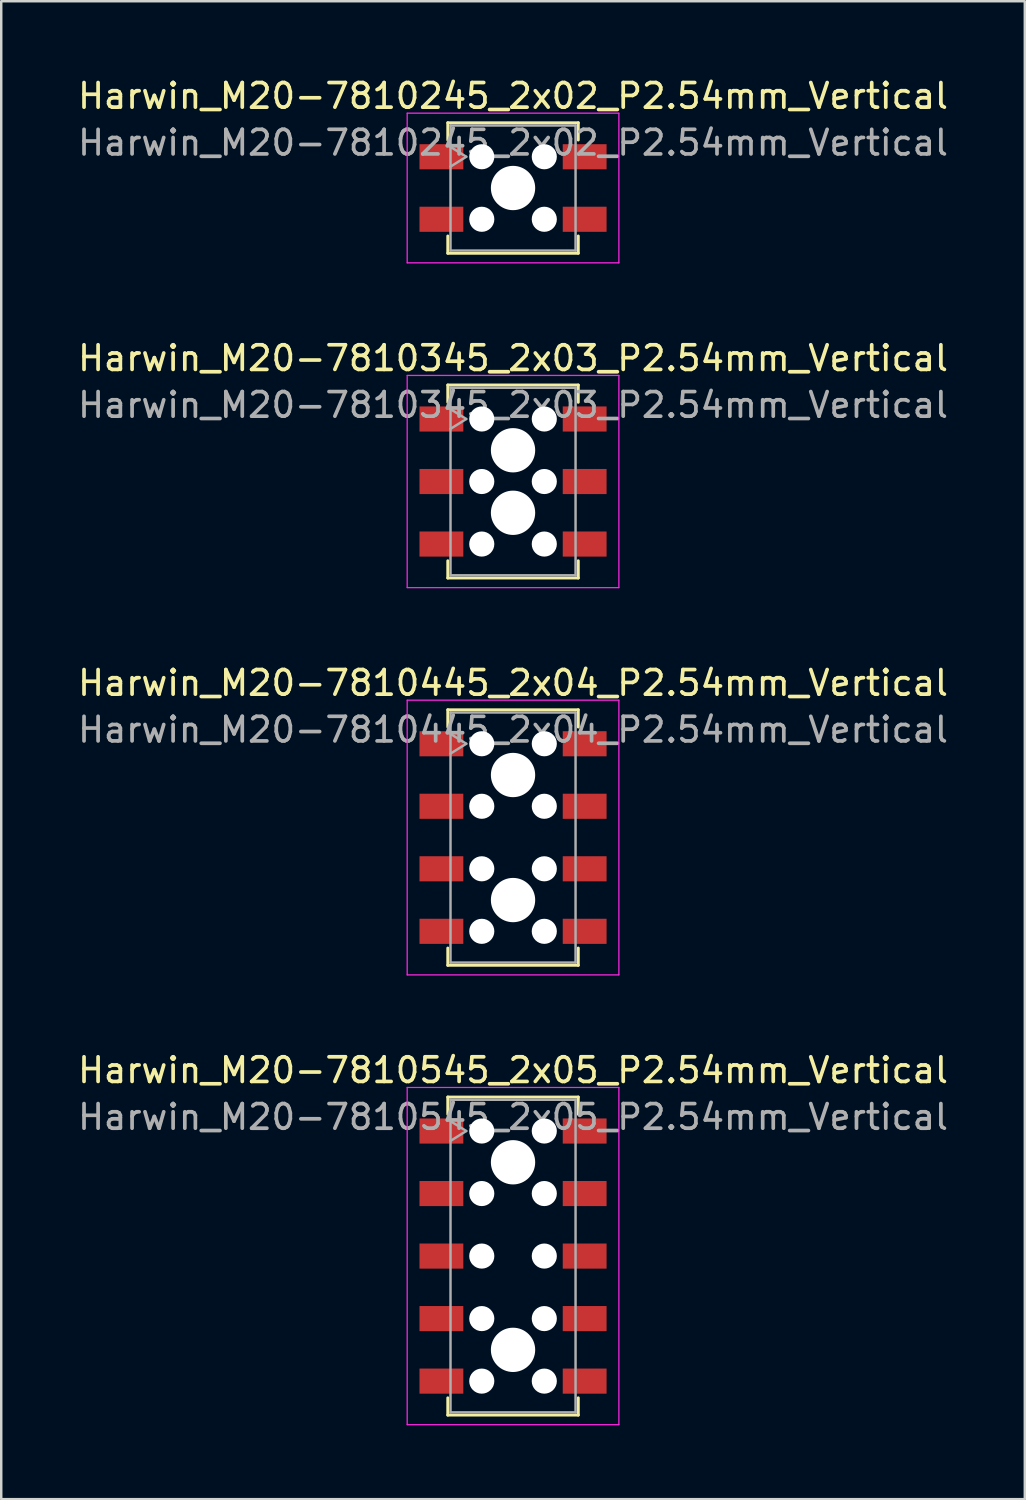
<source format=kicad_pcb>
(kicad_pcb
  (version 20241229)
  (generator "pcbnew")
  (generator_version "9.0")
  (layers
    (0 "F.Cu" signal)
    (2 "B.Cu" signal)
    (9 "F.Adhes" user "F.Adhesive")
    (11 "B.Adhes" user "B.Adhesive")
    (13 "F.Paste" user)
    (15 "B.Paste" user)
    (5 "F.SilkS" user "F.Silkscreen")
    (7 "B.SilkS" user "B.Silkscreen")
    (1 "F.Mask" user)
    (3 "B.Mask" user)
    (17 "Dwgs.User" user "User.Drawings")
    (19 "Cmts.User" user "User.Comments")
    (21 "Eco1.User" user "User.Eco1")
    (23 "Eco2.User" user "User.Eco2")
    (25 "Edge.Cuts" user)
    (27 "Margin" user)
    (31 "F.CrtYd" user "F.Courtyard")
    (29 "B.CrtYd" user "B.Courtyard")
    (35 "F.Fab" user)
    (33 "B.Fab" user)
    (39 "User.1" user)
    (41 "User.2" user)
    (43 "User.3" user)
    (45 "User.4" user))
  (footprint "Harwin_M20-7810445_2x04_P2.54mm_Vertical"
    (layer "F.Cu")
    (at 17.792 30.975)
    (property "Reference" "Harwin_M20-7810445_2x04_P2.54mm_Vertical" (at 0 -6.28 0) (layer "F.SilkS") (effects (font (size 1 1) (thickness 0.15))))
    (attr smd)
    (fp_line (start -2.65 -5.19) (end 2.65 -5.19) (stroke (width 0.12) (type solid)) (layer "F.SilkS"))
    (fp_line (start -2.65 -4.49) (end -2.65 -5.19) (stroke (width 0.12) (type solid)) (layer "F.SilkS"))
    (fp_line (start -2.65 4.49) (end -2.65 5.19) (stroke (width 0.12) (type solid)) (layer "F.SilkS"))
    (fp_line (start -2.65 5.19) (end 2.65 5.19) (stroke (width 0.12) (type solid)) (layer "F.SilkS"))
    (fp_line (start 2.65 -5.19) (end 2.65 -4.49) (stroke (width 0.12) (type solid)) (layer "F.SilkS"))
    (fp_line (start 2.65 5.19) (end 2.65 4.49) (stroke (width 0.12) (type solid)) (layer "F.SilkS"))
    (fp_line (start -4.3 -5.58) (end 4.3 -5.58) (stroke (width 0.05) (type solid)) (layer "F.CrtYd"))
    (fp_line (start -4.3 5.58) (end -4.3 -5.58) (stroke (width 0.05) (type solid)) (layer "F.CrtYd"))
    (fp_line (start 4.3 -5.58) (end 4.3 5.58) (stroke (width 0.05) (type solid)) (layer "F.CrtYd"))
    (fp_line (start 4.3 5.58) (end -4.3 5.58) (stroke (width 0.05) (type solid)) (layer "F.CrtYd"))
    (fp_line (start -2.54 -5.08) (end 2.54 -5.08) (stroke (width 0.1) (type solid)) (layer "F.Fab"))
    (fp_line (start -2.54 -4.21) (end -1.9 -3.81) (stroke (width 0.1) (type solid)) (layer "F.Fab"))
    (fp_line (start -2.54 5.08) (end -2.54 -5.08) (stroke (width 0.1) (type solid)) (layer "F.Fab"))
    (fp_line (start -1.9 -3.81) (end -2.54 -3.41) (stroke (width 0.1) (type solid)) (layer "F.Fab"))
    (fp_line (start 2.54 -5.08) (end 2.54 5.08) (stroke (width 0.1) (type solid)) (layer "F.Fab"))
    (fp_line (start 2.54 5.08) (end -2.54 5.08) (stroke (width 0.1) (type solid)) (layer "F.Fab"))
    (fp_text user "${REFERENCE}" (at 0 -4.38 0) (layer "F.Fab") (effects (font (size 1 1) (thickness 0.15))))
    (pad "" np_thru_hole circle (at -1.27 -3.81) (size 1.02 1.02) (drill 1.02) (layers "*.Cu" "*.Mask"))
    (pad "" np_thru_hole circle (at -1.27 -1.27) (size 1.02 1.02) (drill 1.02) (layers "*.Cu" "*.Mask"))
    (pad "" np_thru_hole circle (at -1.27 1.27) (size 1.02 1.02) (drill 1.02) (layers "*.Cu" "*.Mask"))
    (pad "" np_thru_hole circle (at -1.27 3.81) (size 1.02 1.02) (drill 1.02) (layers "*.Cu" "*.Mask"))
    (pad "" np_thru_hole circle (at 0 -2.54) (size 1.8 1.8) (drill 1.8) (layers "*.Cu" "*.Mask"))
    (pad "" np_thru_hole circle (at 0 2.54) (size 1.8 1.8) (drill 1.8) (layers "*.Cu" "*.Mask"))
    (pad "" np_thru_hole circle (at 1.27 -3.81) (size 1.02 1.02) (drill 1.02) (layers "*.Cu" "*.Mask"))
    (pad "" np_thru_hole circle (at 1.27 -1.27) (size 1.02 1.02) (drill 1.02) (layers "*.Cu" "*.Mask"))
    (pad "" np_thru_hole circle (at 1.27 1.27) (size 1.02 1.02) (drill 1.02) (layers "*.Cu" "*.Mask"))
    (pad "" np_thru_hole circle (at 1.27 3.81) (size 1.02 1.02) (drill 1.02) (layers "*.Cu" "*.Mask"))
    (pad "1" smd rect (at -2.91 -3.81) (size 1.78 1.02) (layers "F.Cu" "F.Mask" "F.Paste"))
    (pad "2" smd rect (at -2.91 -1.27) (size 1.78 1.02) (layers "F.Cu" "F.Mask" "F.Paste"))
    (pad "3" smd rect (at -2.91 1.27) (size 1.78 1.02) (layers "F.Cu" "F.Mask" "F.Paste"))
    (pad "4" smd rect (at -2.91 3.81) (size 1.78 1.02) (layers "F.Cu" "F.Mask" "F.Paste"))
    (pad "5" smd rect (at 2.91 -3.81) (size 1.78 1.02) (layers "F.Cu" "F.Mask" "F.Paste"))
    (pad "6" smd rect (at 2.91 -1.27) (size 1.78 1.02) (layers "F.Cu" "F.Mask" "F.Paste"))
    (pad "7" smd rect (at 2.91 1.27) (size 1.78 1.02) (layers "F.Cu" "F.Mask" "F.Paste"))
    (pad "8" smd rect (at 2.91 3.81) (size 1.78 1.02) (layers "F.Cu" "F.Mask" "F.Paste")))
  (footprint "Harwin_M20-7810245_2x02_P2.54mm_Vertical"
    (layer "F.Cu")
    (at 17.792 4.588)
    (property "Reference" "Harwin_M20-7810245_2x02_P2.54mm_Vertical" (at 0 -3.74 0) (layer "F.SilkS") (effects (font (size 1 1) (thickness 0.15))))
    (attr smd)
    (fp_line (start -2.65 -2.65) (end 2.65 -2.65) (stroke (width 0.12) (type solid)) (layer "F.SilkS"))
    (fp_line (start -2.65 -1.95) (end -2.65 -2.65) (stroke (width 0.12) (type solid)) (layer "F.SilkS"))
    (fp_line (start -2.65 1.95) (end -2.65 2.65) (stroke (width 0.12) (type solid)) (layer "F.SilkS"))
    (fp_line (start -2.65 2.65) (end 2.65 2.65) (stroke (width 0.12) (type solid)) (layer "F.SilkS"))
    (fp_line (start 2.65 -2.65) (end 2.65 -1.95) (stroke (width 0.12) (type solid)) (layer "F.SilkS"))
    (fp_line (start 2.65 2.65) (end 2.65 1.95) (stroke (width 0.12) (type solid)) (layer "F.SilkS"))
    (fp_line (start -4.3 -3.04) (end 4.3 -3.04) (stroke (width 0.05) (type solid)) (layer "F.CrtYd"))
    (fp_line (start -4.3 3.04) (end -4.3 -3.04) (stroke (width 0.05) (type solid)) (layer "F.CrtYd"))
    (fp_line (start 4.3 -3.04) (end 4.3 3.04) (stroke (width 0.05) (type solid)) (layer "F.CrtYd"))
    (fp_line (start 4.3 3.04) (end -4.3 3.04) (stroke (width 0.05) (type solid)) (layer "F.CrtYd"))
    (fp_line (start -2.54 -2.54) (end 2.54 -2.54) (stroke (width 0.1) (type solid)) (layer "F.Fab"))
    (fp_line (start -2.54 -1.67) (end -1.9 -1.27) (stroke (width 0.1) (type solid)) (layer "F.Fab"))
    (fp_line (start -2.54 2.54) (end -2.54 -2.54) (stroke (width 0.1) (type solid)) (layer "F.Fab"))
    (fp_line (start -1.9 -1.27) (end -2.54 -0.87) (stroke (width 0.1) (type solid)) (layer "F.Fab"))
    (fp_line (start 2.54 -2.54) (end 2.54 2.54) (stroke (width 0.1) (type solid)) (layer "F.Fab"))
    (fp_line (start 2.54 2.54) (end -2.54 2.54) (stroke (width 0.1) (type solid)) (layer "F.Fab"))
    (fp_text user "${REFERENCE}" (at 0 -1.84 0) (layer "F.Fab") (effects (font (size 1 1) (thickness 0.15))))
    (pad "" np_thru_hole circle (at -1.27 -1.27) (size 1.02 1.02) (drill 1.02) (layers "*.Cu" "*.Mask"))
    (pad "" np_thru_hole circle (at -1.27 1.27) (size 1.02 1.02) (drill 1.02) (layers "*.Cu" "*.Mask"))
    (pad "" np_thru_hole circle (at 0 0) (size 1.8 1.8) (drill 1.8) (layers "*.Cu" "*.Mask"))
    (pad "" np_thru_hole circle (at 1.27 -1.27) (size 1.02 1.02) (drill 1.02) (layers "*.Cu" "*.Mask"))
    (pad "" np_thru_hole circle (at 1.27 1.27) (size 1.02 1.02) (drill 1.02) (layers "*.Cu" "*.Mask"))
    (pad "1" smd rect (at -2.91 -1.27) (size 1.78 1.02) (layers "F.Cu" "F.Mask" "F.Paste"))
    (pad "2" smd rect (at -2.91 1.27) (size 1.78 1.02) (layers "F.Cu" "F.Mask" "F.Paste"))
    (pad "3" smd rect (at 2.91 -1.27) (size 1.78 1.02) (layers "F.Cu" "F.Mask" "F.Paste"))
    (pad "4" smd rect (at 2.91 1.27) (size 1.78 1.02) (layers "F.Cu" "F.Mask" "F.Paste")))
  (footprint "Harwin_M20-7810545_2x05_P2.54mm_Vertical"
    (layer "F.Cu")
    (at 17.792 47.978)
    (property "Reference" "Harwin_M20-7810545_2x05_P2.54mm_Vertical" (at 0 -7.55 0) (layer "F.SilkS") (effects (font (size 1 1) (thickness 0.15))))
    (attr smd)
    (fp_line (start -2.65 -6.46) (end 2.65 -6.46) (stroke (width 0.12) (type solid)) (layer "F.SilkS"))
    (fp_line (start -2.65 -5.76) (end -2.65 -6.46) (stroke (width 0.12) (type solid)) (layer "F.SilkS"))
    (fp_line (start -2.65 5.76) (end -2.65 6.46) (stroke (width 0.12) (type solid)) (layer "F.SilkS"))
    (fp_line (start -2.65 6.46) (end 2.65 6.46) (stroke (width 0.12) (type solid)) (layer "F.SilkS"))
    (fp_line (start 2.65 -6.46) (end 2.65 -5.76) (stroke (width 0.12) (type solid)) (layer "F.SilkS"))
    (fp_line (start 2.65 6.46) (end 2.65 5.76) (stroke (width 0.12) (type solid)) (layer "F.SilkS"))
    (fp_line (start -4.3 -6.85) (end 4.3 -6.85) (stroke (width 0.05) (type solid)) (layer "F.CrtYd"))
    (fp_line (start -4.3 6.85) (end -4.3 -6.85) (stroke (width 0.05) (type solid)) (layer "F.CrtYd"))
    (fp_line (start 4.3 -6.85) (end 4.3 6.85) (stroke (width 0.05) (type solid)) (layer "F.CrtYd"))
    (fp_line (start 4.3 6.85) (end -4.3 6.85) (stroke (width 0.05) (type solid)) (layer "F.CrtYd"))
    (fp_line (start -2.54 -6.35) (end 2.54 -6.35) (stroke (width 0.1) (type solid)) (layer "F.Fab"))
    (fp_line (start -2.54 -5.48) (end -1.9 -5.08) (stroke (width 0.1) (type solid)) (layer "F.Fab"))
    (fp_line (start -2.54 6.35) (end -2.54 -6.35) (stroke (width 0.1) (type solid)) (layer "F.Fab"))
    (fp_line (start -1.9 -5.08) (end -2.54 -4.68) (stroke (width 0.1) (type solid)) (layer "F.Fab"))
    (fp_line (start 2.54 -6.35) (end 2.54 6.35) (stroke (width 0.1) (type solid)) (layer "F.Fab"))
    (fp_line (start 2.54 6.35) (end -2.54 6.35) (stroke (width 0.1) (type solid)) (layer "F.Fab"))
    (fp_text user "${REFERENCE}" (at 0 -5.65 0) (layer "F.Fab") (effects (font (size 1 1) (thickness 0.15))))
    (pad "" np_thru_hole circle (at -1.27 -5.08) (size 1.02 1.02) (drill 1.02) (layers "*.Cu" "*.Mask"))
    (pad "" np_thru_hole circle (at -1.27 -2.54) (size 1.02 1.02) (drill 1.02) (layers "*.Cu" "*.Mask"))
    (pad "" np_thru_hole circle (at -1.27 0) (size 1.02 1.02) (drill 1.02) (layers "*.Cu" "*.Mask"))
    (pad "" np_thru_hole circle (at -1.27 2.54) (size 1.02 1.02) (drill 1.02) (layers "*.Cu" "*.Mask"))
    (pad "" np_thru_hole circle (at -1.27 5.08) (size 1.02 1.02) (drill 1.02) (layers "*.Cu" "*.Mask"))
    (pad "" np_thru_hole circle (at 0 -3.81) (size 1.8 1.8) (drill 1.8) (layers "*.Cu" "*.Mask"))
    (pad "" np_thru_hole circle (at 0 3.81) (size 1.8 1.8) (drill 1.8) (layers "*.Cu" "*.Mask"))
    (pad "" np_thru_hole circle (at 1.27 -5.08) (size 1.02 1.02) (drill 1.02) (layers "*.Cu" "*.Mask"))
    (pad "" np_thru_hole circle (at 1.27 -2.54) (size 1.02 1.02) (drill 1.02) (layers "*.Cu" "*.Mask"))
    (pad "" np_thru_hole circle (at 1.27 0) (size 1.02 1.02) (drill 1.02) (layers "*.Cu" "*.Mask"))
    (pad "" np_thru_hole circle (at 1.27 2.54) (size 1.02 1.02) (drill 1.02) (layers "*.Cu" "*.Mask"))
    (pad "" np_thru_hole circle (at 1.27 5.08) (size 1.02 1.02) (drill 1.02) (layers "*.Cu" "*.Mask"))
    (pad "1" smd rect (at -2.91 -5.08) (size 1.78 1.02) (layers "F.Cu" "F.Mask" "F.Paste"))
    (pad "2" smd rect (at -2.91 -2.54) (size 1.78 1.02) (layers "F.Cu" "F.Mask" "F.Paste"))
    (pad "3" smd rect (at -2.91 0) (size 1.78 1.02) (layers "F.Cu" "F.Mask" "F.Paste"))
    (pad "4" smd rect (at -2.91 2.54) (size 1.78 1.02) (layers "F.Cu" "F.Mask" "F.Paste"))
    (pad "5" smd rect (at -2.91 5.08) (size 1.78 1.02) (layers "F.Cu" "F.Mask" "F.Paste"))
    (pad "6" smd rect (at 2.91 -5.08) (size 1.78 1.02) (layers "F.Cu" "F.Mask" "F.Paste"))
    (pad "7" smd rect (at 2.91 -2.54) (size 1.78 1.02) (layers "F.Cu" "F.Mask" "F.Paste"))
    (pad "8" smd rect (at 2.91 0) (size 1.78 1.02) (layers "F.Cu" "F.Mask" "F.Paste"))
    (pad "9" smd rect (at 2.91 2.54) (size 1.78 1.02) (layers "F.Cu" "F.Mask" "F.Paste"))
    (pad "10" smd rect (at 2.91 5.08) (size 1.78 1.02) (layers "F.Cu" "F.Mask" "F.Paste")))
  (footprint "Harwin_M20-7810345_2x03_P2.54mm_Vertical"
    (layer "F.Cu")
    (at 17.792 16.512)
    (property "Reference" "Harwin_M20-7810345_2x03_P2.54mm_Vertical" (at 0 -5.01 0) (layer "F.SilkS") (effects (font (size 1 1) (thickness 0.15))))
    (attr smd)
    (fp_line (start -2.65 -3.92) (end 2.65 -3.92) (stroke (width 0.12) (type solid)) (layer "F.SilkS"))
    (fp_line (start -2.65 -3.22) (end -2.65 -3.92) (stroke (width 0.12) (type solid)) (layer "F.SilkS"))
    (fp_line (start -2.65 3.22) (end -2.65 3.92) (stroke (width 0.12) (type solid)) (layer "F.SilkS"))
    (fp_line (start -2.65 3.92) (end 2.65 3.92) (stroke (width 0.12) (type solid)) (layer "F.SilkS"))
    (fp_line (start 2.65 -3.92) (end 2.65 -3.22) (stroke (width 0.12) (type solid)) (layer "F.SilkS"))
    (fp_line (start 2.65 3.92) (end 2.65 3.22) (stroke (width 0.12) (type solid)) (layer "F.SilkS"))
    (fp_line (start -4.3 -4.31) (end 4.3 -4.31) (stroke (width 0.05) (type solid)) (layer "F.CrtYd"))
    (fp_line (start -4.3 4.31) (end -4.3 -4.31) (stroke (width 0.05) (type solid)) (layer "F.CrtYd"))
    (fp_line (start 4.3 -4.31) (end 4.3 4.31) (stroke (width 0.05) (type solid)) (layer "F.CrtYd"))
    (fp_line (start 4.3 4.31) (end -4.3 4.31) (stroke (width 0.05) (type solid)) (layer "F.CrtYd"))
    (fp_line (start -2.54 -3.81) (end 2.54 -3.81) (stroke (width 0.1) (type solid)) (layer "F.Fab"))
    (fp_line (start -2.54 -2.94) (end -1.9 -2.54) (stroke (width 0.1) (type solid)) (layer "F.Fab"))
    (fp_line (start -2.54 3.81) (end -2.54 -3.81) (stroke (width 0.1) (type solid)) (layer "F.Fab"))
    (fp_line (start -1.9 -2.54) (end -2.54 -2.14) (stroke (width 0.1) (type solid)) (layer "F.Fab"))
    (fp_line (start 2.54 -3.81) (end 2.54 3.81) (stroke (width 0.1) (type solid)) (layer "F.Fab"))
    (fp_line (start 2.54 3.81) (end -2.54 3.81) (stroke (width 0.1) (type solid)) (layer "F.Fab"))
    (fp_text user "${REFERENCE}" (at 0 -3.11 0) (layer "F.Fab") (effects (font (size 1 1) (thickness 0.15))))
    (pad "" np_thru_hole circle (at -1.27 -2.54) (size 1.02 1.02) (drill 1.02) (layers "*.Cu" "*.Mask"))
    (pad "" np_thru_hole circle (at -1.27 0) (size 1.02 1.02) (drill 1.02) (layers "*.Cu" "*.Mask"))
    (pad "" np_thru_hole circle (at -1.27 2.54) (size 1.02 1.02) (drill 1.02) (layers "*.Cu" "*.Mask"))
    (pad "" np_thru_hole circle (at 0 -1.27) (size 1.8 1.8) (drill 1.8) (layers "*.Cu" "*.Mask"))
    (pad "" np_thru_hole circle (at 0 1.27) (size 1.8 1.8) (drill 1.8) (layers "*.Cu" "*.Mask"))
    (pad "" np_thru_hole circle (at 1.27 -2.54) (size 1.02 1.02) (drill 1.02) (layers "*.Cu" "*.Mask"))
    (pad "" np_thru_hole circle (at 1.27 0) (size 1.02 1.02) (drill 1.02) (layers "*.Cu" "*.Mask"))
    (pad "" np_thru_hole circle (at 1.27 2.54) (size 1.02 1.02) (drill 1.02) (layers "*.Cu" "*.Mask"))
    (pad "1" smd rect (at -2.91 -2.54) (size 1.78 1.02) (layers "F.Cu" "F.Mask" "F.Paste"))
    (pad "2" smd rect (at -2.91 0) (size 1.78 1.02) (layers "F.Cu" "F.Mask" "F.Paste"))
    (pad "3" smd rect (at -2.91 2.54) (size 1.78 1.02) (layers "F.Cu" "F.Mask" "F.Paste"))
    (pad "4" smd rect (at 2.91 -2.54) (size 1.78 1.02) (layers "F.Cu" "F.Mask" "F.Paste"))
    (pad "5" smd rect (at 2.91 0) (size 1.78 1.02) (layers "F.Cu" "F.Mask" "F.Paste"))
    (pad "6" smd rect (at 2.91 2.54) (size 1.78 1.02) (layers "F.Cu" "F.Mask" "F.Paste")))
  (gr_rect
    (start -3 -3)
    (end 38.583 57.853)
    (stroke (width 0.1) (type default))
    (fill no)
    (layer "Edge.Cuts")))
</source>
